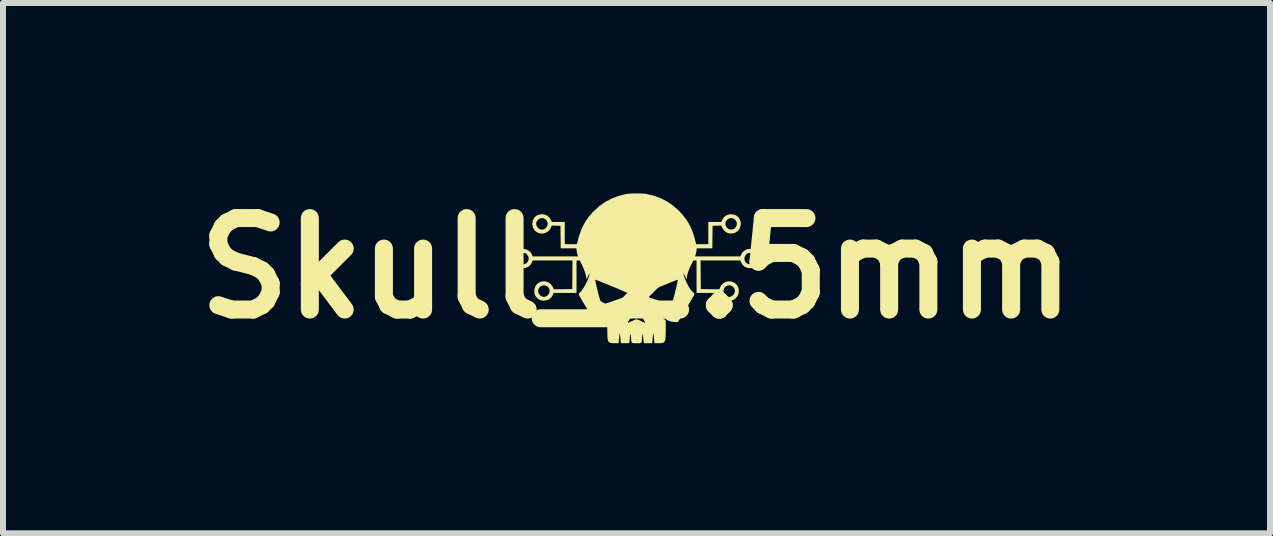
<source format=kicad_pcb>
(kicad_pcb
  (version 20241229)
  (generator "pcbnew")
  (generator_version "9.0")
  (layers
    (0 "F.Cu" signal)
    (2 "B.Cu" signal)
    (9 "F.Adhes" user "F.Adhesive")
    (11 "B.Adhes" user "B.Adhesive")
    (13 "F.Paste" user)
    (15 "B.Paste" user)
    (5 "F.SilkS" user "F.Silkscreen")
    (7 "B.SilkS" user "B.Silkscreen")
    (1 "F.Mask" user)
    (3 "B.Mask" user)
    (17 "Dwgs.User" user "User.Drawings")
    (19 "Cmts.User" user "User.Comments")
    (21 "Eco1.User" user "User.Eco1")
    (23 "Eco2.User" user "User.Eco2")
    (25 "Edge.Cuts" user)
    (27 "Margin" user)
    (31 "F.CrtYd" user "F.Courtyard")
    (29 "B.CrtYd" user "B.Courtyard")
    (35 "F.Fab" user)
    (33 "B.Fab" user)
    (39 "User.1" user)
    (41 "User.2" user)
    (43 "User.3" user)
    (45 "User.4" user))
  (footprint "Skull_2.5mm"
    (layer "F.Cu")
    (at 7.555 1.418)
    (property "Reference" "Skull_2.5mm" (at 0 0 0) (layer "F.SilkS") (effects (font (size 1.524 1.524) (thickness 0.3))))
    (attr board_only exclude_from_pos_files exclude_from_bom)
    (fp_poly (pts (xy 0.033 -1.246) (xy 0.09 -1.244) (xy 0.142 -1.24) (xy 0.179 -1.234) (xy 0.295 -1.205) (xy 0.403 -1.165) (xy 0.505 -1.113) (xy 0.599 -1.05) (xy 0.687 -0.975) (xy 0.706 -0.956) (xy 0.771 -0.886) (xy 0.827 -0.813) (xy 0.875 -0.737) (xy 0.915 -0.654) (xy 0.949 -0.563) (xy 0.978 -0.463) (xy 0.989 -0.417) (xy 0.994 -0.399) (xy 1.196 -0.399) (xy 1.196 -0.746) (xy 1.48 -0.746) (xy 1.483 -0.715) (xy 1.497 -0.686) (xy 1.521 -0.661) (xy 1.529 -0.655) (xy 1.556 -0.645) (xy 1.588 -0.644) (xy 1.619 -0.653) (xy 1.634 -0.661) (xy 1.655 -0.684) (xy 1.669 -0.714) (xy 1.672 -0.747) (xy 1.67 -0.761) (xy 1.655 -0.792) (xy 1.632 -0.815) (xy 1.604 -0.831) (xy 1.572 -0.836) (xy 1.561 -0.834) (xy 1.528 -0.822) (xy 1.503 -0.802) (xy 1.487 -0.775) (xy 1.48 -0.746) (xy 1.196 -0.746) (xy 1.196 -0.77) (xy 1.412 -0.77) (xy 1.422 -0.795) (xy 1.447 -0.838) (xy 1.479 -0.869) (xy 1.518 -0.89) (xy 1.564 -0.898) (xy 1.576 -0.899) (xy 1.624 -0.892) (xy 1.664 -0.875) (xy 1.697 -0.848) (xy 1.721 -0.813) (xy 1.734 -0.769) (xy 1.737 -0.738) (xy 1.73 -0.692) (xy 1.713 -0.651) (xy 1.685 -0.618) (xy 1.648 -0.593) (xy 1.614 -0.581) (xy 1.568 -0.576) (xy 1.524 -0.584) (xy 1.485 -0.604) (xy 1.452 -0.634) (xy 1.427 -0.675) (xy 1.426 -0.678) (xy 1.411 -0.71) (xy 1.339 -0.708) (xy 1.267 -0.706) (xy 1.263 -0.331) (xy 1.002 -0.331) (xy 0.998 -0.291) (xy 0.994 -0.263) (xy 0.988 -0.236) (xy 0.984 -0.224) (xy 0.975 -0.196) (xy 1.729 -0.196) (xy 1.743 -0.225) (xy 1.755 -0.249) (xy 1.768 -0.267) (xy 1.786 -0.283) (xy 1.798 -0.292) (xy 1.836 -0.313) (xy 1.879 -0.322) (xy 1.924 -0.319) (xy 1.93 -0.318) (xy 1.954 -0.311) (xy 1.973 -0.301) (xy 1.994 -0.284) (xy 2.004 -0.275) (xy 2.034 -0.237) (xy 2.051 -0.196) (xy 2.055 -0.153) (xy 2.045 -0.108) (xy 2.038 -0.091) (xy 2.013 -0.052) (xy 1.98 -0.023) (xy 1.94 -0.006) (xy 1.892 -0.000002) (xy 1.891 0) (xy 1.844 -0.006) (xy 1.803 -0.023) (xy 1.77 -0.052) (xy 1.746 -0.09) (xy 1.744 -0.095) (xy 1.729 -0.128) (xy 1.067 -0.128) (xy 1.071 0.348) (xy 1.379 0.352) (xy 1.39 0.326) (xy 1.413 0.284) (xy 1.445 0.252) (xy 1.483 0.23) (xy 1.526 0.219) (xy 1.571 0.221) (xy 1.589 0.225) (xy 1.632 0.244) (xy 1.666 0.273) (xy 1.69 0.309) (xy 1.702 0.353) (xy 1.704 0.381) (xy 1.698 0.429) (xy 1.679 0.47) (xy 1.65 0.504) (xy 1.614 0.528) (xy 1.579 0.539) (xy 1.54 0.541) (xy 1.5 0.535) (xy 1.465 0.522) (xy 1.436 0.501) (xy 1.41 0.473) (xy 1.393 0.443) (xy 1.388 0.43) (xy 1.384 0.412) (xy 1 0.412) (xy 1 0.374) (xy 1.448 0.374) (xy 1.45 0.404) (xy 1.462 0.432) (xy 1.484 0.455) (xy 1.503 0.467) (xy 1.528 0.477) (xy 1.549 0.479) (xy 1.57 0.473) (xy 1.585 0.466) (xy 1.612 0.447) (xy 1.63 0.42) (xy 1.64 0.389) (xy 1.64 0.367) (xy 1.628 0.335) (xy 1.607 0.309) (xy 1.578 0.292) (xy 1.545 0.285) (xy 1.525 0.287) (xy 1.493 0.298) (xy 1.469 0.319) (xy 1.454 0.345) (xy 1.448 0.374) (xy 1 0.374) (xy 1 -0.128) (xy 0.946 -0.128) (xy 0.913 -0.063) (xy 0.882 0.005) (xy 0.858 0.067) (xy 0.843 0.121) (xy 0.839 0.145) (xy 0.833 0.186) (xy 0.805 0.128) (xy 0.792 0.103) (xy 0.784 0.089) (xy 0.781 0.087) (xy 0.782 0.095) (xy 0.791 0.132) (xy 0.806 0.175) (xy 0.825 0.221) (xy 0.847 0.266) (xy 0.871 0.31) (xy 0.895 0.348) (xy 0.918 0.379) (xy 0.939 0.399) (xy 0.94 0.4) (xy 0.957 0.415) (xy 0.963 0.43) (xy 0.958 0.449) (xy 0.953 0.458) (xy 0.946 0.471) (xy 0.933 0.493) (xy 0.916 0.524) (xy 0.894 0.56) (xy 0.87 0.601) (xy 0.844 0.644) (xy 0.817 0.688) (xy 0.791 0.732) (xy 0.767 0.772) (xy 0.745 0.808) (xy 0.727 0.837) (xy 0.716 0.854) (xy 0.687 0.9) (xy 0.639 0.897) (xy 0.595 0.893) (xy 0.559 0.885) (xy 0.527 0.873) (xy 0.496 0.855) (xy 0.462 0.829) (xy 0.44 0.81) (xy 0.414 0.788) (xy 0.393 0.77) (xy 0.377 0.757) (xy 0.368 0.75) (xy 0.368 0.75) (xy 0.366 0.756) (xy 0.366 0.772) (xy 0.366 0.792) (xy 0.367 0.835) (xy 0.37 0.798) (xy 0.372 0.761) (xy 0.429 0.818) (xy 0.487 0.875) (xy 0.487 1.029) (xy 0.486 1.089) (xy 0.485 1.138) (xy 0.482 1.175) (xy 0.476 1.203) (xy 0.467 1.223) (xy 0.454 1.237) (xy 0.436 1.245) (xy 0.413 1.249) (xy 0.383 1.25) (xy 0.363 1.25) (xy 0.299 1.25) (xy 0.291 1.167) (xy 0.288 1.135) (xy 0.285 1.109) (xy 0.282 1.09) (xy 0.281 1.083) (xy 0.281 1.083) (xy 0.278 1.087) (xy 0.276 1.103) (xy 0.272 1.129) (xy 0.269 1.163) (xy 0.266 1.194) (xy 0.262 1.25) (xy 0.123 1.25) (xy 0.119 1.228) (xy 0.117 1.211) (xy 0.114 1.185) (xy 0.111 1.156) (xy 0.111 1.151) (xy 0.108 1.126) (xy 0.105 1.107) (xy 0.102 1.098) (xy 0.101 1.098) (xy 0.099 1.106) (xy 0.095 1.124) (xy 0.093 1.149) (xy 0.092 1.16) (xy 0.089 1.197) (xy 0.086 1.222) (xy 0.081 1.237) (xy 0.072 1.246) (xy 0.056 1.25) (xy 0.032 1.25) (xy 0 1.25) (xy -0.034 1.25) (xy -0.058 1.249) (xy -0.073 1.245) (xy -0.082 1.236) (xy -0.086 1.22) (xy -0.089 1.194) (xy -0.092 1.16) (xy -0.094 1.134) (xy -0.097 1.112) (xy -0.1 1.1) (xy -0.101 1.098) (xy -0.104 1.103) (xy -0.107 1.118) (xy -0.11 1.141) (xy -0.111 1.151) (xy -0.114 1.18) (xy -0.116 1.206) (xy -0.119 1.226) (xy -0.119 1.228) (xy -0.123 1.25) (xy -0.262 1.25) (xy -0.266 1.194) (xy -0.27 1.156) (xy -0.273 1.124) (xy -0.276 1.099) (xy -0.279 1.085) (xy -0.281 1.083) (xy -0.282 1.09) (xy -0.284 1.108) (xy -0.287 1.134) (xy -0.291 1.165) (xy -0.291 1.167) (xy -0.299 1.25) (xy -0.364 1.25) (xy -0.398 1.249) (xy -0.421 1.247) (xy -0.438 1.243) (xy -0.45 1.237) (xy -0.461 1.229) (xy -0.469 1.22) (xy -0.476 1.207) (xy -0.48 1.189) (xy -0.483 1.165) (xy -0.485 1.132) (xy -0.486 1.089) (xy -0.487 1.034) (xy -0.487 1.028) (xy -0.487 0.912) (xy -0.146 0.912) (xy -0.146 0.912) (xy -0.138 0.91) (xy -0.121 0.902) (xy -0.098 0.892) (xy -0.077 0.882) (xy -0.049 0.869) (xy -0.024 0.859) (xy -0.007 0.853) (xy 0 0.851) (xy 0.011 0.854) (xy 0.03 0.862) (xy 0.056 0.872) (xy 0.077 0.882) (xy 0.104 0.895) (xy 0.126 0.904) (xy 0.141 0.91) (xy 0.145 0.911) (xy 0.143 0.904) (xy 0.135 0.888) (xy 0.122 0.865) (xy 0.106 0.836) (xy 0.088 0.804) (xy 0.069 0.77) (xy 0.051 0.738) (xy 0.033 0.708) (xy 0.019 0.683) (xy 0.008 0.666) (xy 0.002 0.657) (xy 0.001 0.657) (xy -0.004 0.662) (xy -0.014 0.677) (xy -0.029 0.7) (xy -0.046 0.73) (xy -0.064 0.762) (xy -0.084 0.798) (xy -0.103 0.831) (xy -0.119 0.859) (xy -0.131 0.88) (xy -0.137 0.89) (xy -0.144 0.904) (xy -0.146 0.912) (xy -0.487 0.912) (xy -0.487 0.875) (xy -0.429 0.818) (xy -0.372 0.761) (xy -0.367 0.835) (xy -0.366 0.792) (xy -0.366 0.77) (xy -0.367 0.755) (xy -0.368 0.75) (xy -0.374 0.754) (xy -0.388 0.766) (xy -0.408 0.783) (xy -0.433 0.804) (xy -0.44 0.81) (xy -0.477 0.841) (xy -0.51 0.864) (xy -0.541 0.879) (xy -0.574 0.889) (xy -0.613 0.895) (xy -0.639 0.897) (xy -0.687 0.9) (xy -0.716 0.854) (xy -0.731 0.831) (xy -0.75 0.8) (xy -0.772 0.763) (xy -0.797 0.721) (xy -0.824 0.678) (xy -0.85 0.634) (xy -0.876 0.591) (xy -0.9 0.551) (xy -0.92 0.516) (xy -0.937 0.487) (xy -0.949 0.467) (xy -0.953 0.458) (xy -0.962 0.437) (xy -0.96 0.421) (xy -0.948 0.407) (xy -0.94 0.4) (xy -0.919 0.38) (xy -0.897 0.35) (xy -0.873 0.312) (xy -0.849 0.269) (xy -0.826 0.223) (xy -0.813 0.192) (xy -0.687 0.192) (xy -0.687 0.2) (xy -0.684 0.218) (xy -0.679 0.246) (xy -0.671 0.28) (xy -0.662 0.319) (xy -0.653 0.36) (xy -0.642 0.402) (xy -0.632 0.441) (xy -0.623 0.477) (xy -0.614 0.507) (xy -0.608 0.529) (xy -0.603 0.54) (xy -0.603 0.541) (xy -0.587 0.555) (xy -0.565 0.57) (xy -0.541 0.582) (xy -0.52 0.588) (xy -0.516 0.588) (xy -0.507 0.586) (xy -0.486 0.579) (xy -0.455 0.57) (xy -0.417 0.557) (xy -0.373 0.542) (xy -0.325 0.525) (xy -0.3 0.516) (xy -0.25 0.499) (xy -0.205 0.482) (xy -0.165 0.468) (xy -0.132 0.456) (xy -0.109 0.447) (xy -0.095 0.441) (xy -0.093 0.44) (xy -0.093 0.44) (xy 0.093 0.44) (xy 0.093 0.44) (xy 0.101 0.444) (xy 0.12 0.452) (xy 0.148 0.462) (xy 0.184 0.475) (xy 0.224 0.49) (xy 0.268 0.506) (xy 0.314 0.521) (xy 0.359 0.537) (xy 0.401 0.552) (xy 0.44 0.565) (xy 0.472 0.575) (xy 0.497 0.583) (xy 0.511 0.587) (xy 0.514 0.587) (xy 0.53 0.585) (xy 0.551 0.577) (xy 0.561 0.573) (xy 0.581 0.56) (xy 0.598 0.546) (xy 0.603 0.541) (xy 0.607 0.53) (xy 0.613 0.51) (xy 0.622 0.481) (xy 0.631 0.445) (xy 0.641 0.406) (xy 0.651 0.364) (xy 0.661 0.323) (xy 0.67 0.284) (xy 0.678 0.249) (xy 0.684 0.221) (xy 0.687 0.201) (xy 0.687 0.192) (xy 0.687 0.192) (xy 0.681 0.194) (xy 0.663 0.2) (xy 0.635 0.211) (xy 0.598 0.225) (xy 0.553 0.243) (xy 0.503 0.264) (xy 0.447 0.287) (xy 0.387 0.311) (xy 0.386 0.312) (xy 0.326 0.337) (xy 0.271 0.36) (xy 0.221 0.381) (xy 0.178 0.4) (xy 0.142 0.416) (xy 0.115 0.428) (xy 0.098 0.436) (xy 0.093 0.44) (xy -0.093 0.44) (xy -0.098 0.437) (xy -0.114 0.428) (xy -0.141 0.416) (xy -0.176 0.401) (xy -0.219 0.382) (xy -0.269 0.361) (xy -0.324 0.337) (xy -0.384 0.313) (xy -0.386 0.312) (xy -0.446 0.287) (xy -0.502 0.264) (xy -0.552 0.244) (xy -0.597 0.226) (xy -0.634 0.211) (xy -0.662 0.2) (xy -0.68 0.194) (xy -0.687 0.192) (xy -0.687 0.192) (xy -0.813 0.192) (xy -0.807 0.178) (xy -0.792 0.135) (xy -0.782 0.097) (xy -0.782 0.095) (xy -0.781 0.087) (xy -0.785 0.09) (xy -0.794 0.105) (xy -0.805 0.128) (xy -0.833 0.186) (xy -0.839 0.145) (xy -0.85 0.095) (xy -0.869 0.037) (xy -0.897 -0.028) (xy -0.913 -0.063) (xy -0.946 -0.128) (xy -1 -0.128) (xy -1 0.412) (xy -1.384 0.412) (xy -1.388 0.43) (xy -1.401 0.46) (xy -1.423 0.489) (xy -1.451 0.514) (xy -1.465 0.522) (xy -1.501 0.536) (xy -1.541 0.541) (xy -1.581 0.538) (xy -1.614 0.528) (xy -1.653 0.501) (xy -1.682 0.466) (xy -1.699 0.424) (xy -1.704 0.381) (xy -1.702 0.367) (xy -1.64 0.367) (xy -1.638 0.398) (xy -1.626 0.428) (xy -1.605 0.453) (xy -1.586 0.466) (xy -1.562 0.476) (xy -1.543 0.479) (xy -1.523 0.475) (xy -1.507 0.469) (xy -1.478 0.451) (xy -1.459 0.426) (xy -1.449 0.396) (xy -1.449 0.364) (xy -1.459 0.334) (xy -1.48 0.308) (xy -1.48 0.308) (xy -1.51 0.291) (xy -1.542 0.285) (xy -1.573 0.29) (xy -1.602 0.305) (xy -1.624 0.328) (xy -1.638 0.359) (xy -1.64 0.367) (xy -1.702 0.367) (xy -1.698 0.334) (xy -1.681 0.293) (xy -1.653 0.26) (xy -1.616 0.235) (xy -1.589 0.225) (xy -1.543 0.218) (xy -1.499 0.224) (xy -1.459 0.242) (xy -1.425 0.27) (xy -1.398 0.308) (xy -1.39 0.326) (xy -1.379 0.352) (xy -1.071 0.348) (xy -1.069 0.11) (xy -1.067 -0.128) (xy -1.729 -0.128) (xy -1.744 -0.095) (xy -1.768 -0.055) (xy -1.8 -0.026) (xy -1.84 -0.007) (xy -1.886 -0.000052) (xy -1.891 0) (xy -1.939 -0.006) (xy -1.98 -0.023) (xy -2.013 -0.051) (xy -2.038 -0.09) (xy -2.038 -0.091) (xy -2.053 -0.136) (xy -2.053 -0.165) (xy -1.987 -0.165) (xy -1.981 -0.128) (xy -1.965 -0.098) (xy -1.941 -0.076) (xy -1.921 -0.068) (xy -1.903 -0.063) (xy -1.889 -0.062) (xy -1.873 -0.065) (xy -1.864 -0.068) (xy -1.835 -0.083) (xy -1.812 -0.109) (xy -1.801 -0.132) (xy -1.796 -0.166) (xy -1.796 -0.166) (xy 1.797 -0.166) (xy 1.8 -0.133) (xy 1.816 -0.101) (xy 1.825 -0.09) (xy 1.85 -0.073) (xy 1.881 -0.065) (xy 1.914 -0.066) (xy 1.944 -0.078) (xy 1.945 -0.079) (xy 1.967 -0.101) (xy 1.982 -0.131) (xy 1.987 -0.164) (xy 1.985 -0.185) (xy 1.98 -0.2) (xy 1.968 -0.216) (xy 1.96 -0.225) (xy 1.944 -0.241) (xy 1.932 -0.249) (xy 1.917 -0.253) (xy 1.894 -0.253) (xy 1.893 -0.253) (xy 1.869 -0.253) (xy 1.853 -0.249) (xy 1.84 -0.241) (xy 1.827 -0.229) (xy 1.806 -0.199) (xy 1.797 -0.166) (xy -1.796 -0.166) (xy -1.804 -0.198) (xy -1.826 -0.228) (xy -1.827 -0.229) (xy -1.842 -0.243) (xy -1.855 -0.25) (xy -1.872 -0.253) (xy -1.893 -0.253) (xy -1.916 -0.253) (xy -1.931 -0.25) (xy -1.944 -0.241) (xy -1.959 -0.226) (xy -1.96 -0.225) (xy -1.976 -0.206) (xy -1.984 -0.191) (xy -1.986 -0.173) (xy -1.987 -0.165) (xy -2.053 -0.165) (xy -2.054 -0.18) (xy -2.042 -0.222) (xy -2.017 -0.261) (xy -2.004 -0.275) (xy -1.981 -0.295) (xy -1.962 -0.308) (xy -1.94 -0.316) (xy -1.93 -0.318) (xy -1.884 -0.322) (xy -1.841 -0.314) (xy -1.802 -0.295) (xy -1.798 -0.292) (xy -1.776 -0.275) (xy -1.761 -0.258) (xy -1.749 -0.238) (xy -1.743 -0.225) (xy -1.729 -0.196) (xy -0.975 -0.196) (xy -0.984 -0.224) (xy -0.99 -0.246) (xy -0.996 -0.275) (xy -0.998 -0.291) (xy -1.002 -0.331) (xy -1.263 -0.331) (xy -1.267 -0.706) (xy -1.339 -0.708) (xy -1.411 -0.71) (xy -1.426 -0.678) (xy -1.449 -0.638) (xy -1.479 -0.609) (xy -1.514 -0.589) (xy -1.551 -0.578) (xy -1.589 -0.577) (xy -1.627 -0.584) (xy -1.662 -0.6) (xy -1.692 -0.624) (xy -1.715 -0.655) (xy -1.731 -0.693) (xy -1.737 -0.738) (xy -1.736 -0.74) (xy -1.673 -0.74) (xy -1.666 -0.708) (xy -1.661 -0.698) (xy -1.64 -0.669) (xy -1.613 -0.65) (xy -1.582 -0.642) (xy -1.549 -0.646) (xy -1.529 -0.655) (xy -1.503 -0.678) (xy -1.486 -0.707) (xy -1.48 -0.738) (xy -1.484 -0.769) (xy -1.499 -0.797) (xy -1.519 -0.816) (xy -1.551 -0.832) (xy -1.585 -0.835) (xy -1.617 -0.825) (xy -1.646 -0.803) (xy -1.647 -0.801) (xy -1.667 -0.771) (xy -1.673 -0.74) (xy -1.736 -0.74) (xy -1.731 -0.786) (xy -1.714 -0.826) (xy -1.687 -0.859) (xy -1.651 -0.883) (xy -1.607 -0.896) (xy -1.576 -0.899) (xy -1.528 -0.893) (xy -1.487 -0.875) (xy -1.454 -0.846) (xy -1.428 -0.806) (xy -1.422 -0.795) (xy -1.412 -0.77) (xy -1.196 -0.77) (xy -1.196 -0.399) (xy -0.994 -0.399) (xy -0.989 -0.417) (xy -0.962 -0.523) (xy -0.93 -0.617) (xy -0.892 -0.703) (xy -0.848 -0.782) (xy -0.796 -0.856) (xy -0.735 -0.927) (xy -0.706 -0.956) (xy -0.62 -1.034) (xy -0.526 -1.1) (xy -0.426 -1.155) (xy -0.319 -1.197) (xy -0.205 -1.229) (xy -0.179 -1.234) (xy -0.136 -1.24) (xy -0.084 -1.244) (xy -0.026 -1.246)) (stroke (width 0) (type solid)) (fill yes) (layer "F.SilkS")))
  (gr_rect
    (start -3 -3)
    (end 18.109 5.836)
    (stroke (width 0.1) (type default))
    (fill no)
    (layer "Edge.Cuts")))
</source>
